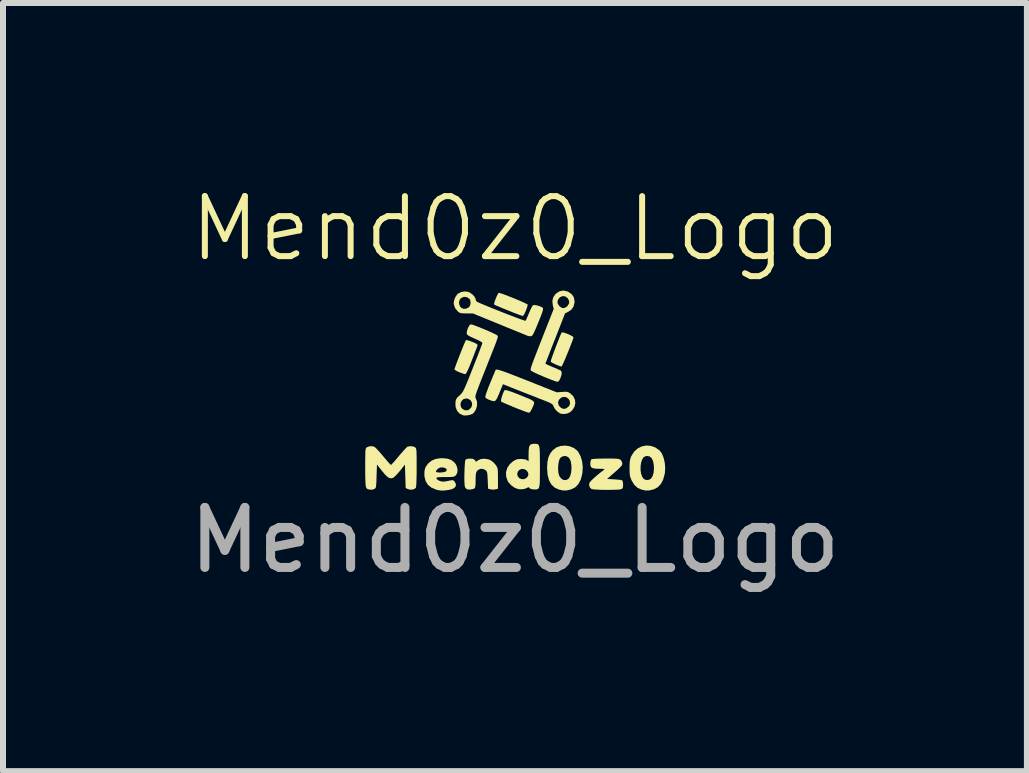
<source format=kicad_pcb>
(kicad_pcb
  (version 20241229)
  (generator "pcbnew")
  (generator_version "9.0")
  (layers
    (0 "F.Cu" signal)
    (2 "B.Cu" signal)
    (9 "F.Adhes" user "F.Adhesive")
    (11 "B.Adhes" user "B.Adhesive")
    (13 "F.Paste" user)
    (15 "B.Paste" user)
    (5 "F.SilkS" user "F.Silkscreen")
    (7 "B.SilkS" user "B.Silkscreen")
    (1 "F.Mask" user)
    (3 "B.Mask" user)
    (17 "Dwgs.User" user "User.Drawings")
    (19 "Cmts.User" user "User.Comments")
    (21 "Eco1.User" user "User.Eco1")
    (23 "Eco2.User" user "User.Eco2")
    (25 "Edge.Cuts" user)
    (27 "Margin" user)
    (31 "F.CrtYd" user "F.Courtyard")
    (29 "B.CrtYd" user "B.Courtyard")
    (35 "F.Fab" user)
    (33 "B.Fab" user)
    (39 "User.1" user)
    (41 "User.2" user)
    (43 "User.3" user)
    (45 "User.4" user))
  (footprint "Mend0z0_Logo"
    (layer "F.Cu")
    (at 5.53 3.45)
    (property "Reference" "Mend0z0_Logo" (at 0 -2.69 0) (unlocked yes) (layer "F.SilkS") (effects (font (size 1 1) (thickness 0.1))))
    (fp_poly (pts (xy -0.117 0.008) (xy -0.06 0.027) (xy 0.019 0.057) (xy 0.087 0.084) (xy 0.17 0.118) (xy 0.233 0.143) (xy 0.276 0.164) (xy 0.304 0.182) (xy 0.318 0.2) (xy 0.319 0.22) (xy 0.312 0.246) (xy 0.297 0.28) (xy 0.284 0.309) (xy 0.261 0.353) (xy 0.242 0.374) (xy 0.231 0.377) (xy 0.212 0.372) (xy 0.174 0.359) (xy 0.122 0.339) (xy 0.058 0.315) (xy -0.006 0.289) (xy -0.074 0.26) (xy -0.135 0.235) (xy -0.184 0.213) (xy -0.218 0.197) (xy -0.231 0.19) (xy -0.233 0.173) (xy -0.227 0.141) (xy -0.215 0.1) (xy -0.2 0.058) (xy -0.185 0.022) (xy -0.171 0.001) (xy -0.169 -0.001) (xy -0.153 -0.001)) (stroke (width 0) (type solid)) (fill yes) (layer "F.SilkS"))
    (fp_poly (pts (xy -0.254 -1.618) (xy -0.22 -1.607) (xy -0.171 -1.59) (xy -0.112 -1.567) (xy -0.048 -1.542) (xy 0.018 -1.515) (xy 0.08 -1.489) (xy 0.135 -1.465) (xy 0.178 -1.445) (xy 0.205 -1.43) (xy 0.212 -1.425) (xy 0.21 -1.407) (xy 0.2 -1.373) (xy 0.184 -1.329) (xy 0.182 -1.323) (xy 0.158 -1.27) (xy 0.139 -1.242) (xy 0.127 -1.236) (xy 0.11 -1.241) (xy 0.073 -1.254) (xy 0.021 -1.274) (xy -0.043 -1.298) (xy -0.113 -1.327) (xy -0.116 -1.328) (xy -0.186 -1.356) (xy -0.248 -1.382) (xy -0.298 -1.403) (xy -0.332 -1.419) (xy -0.347 -1.426) (xy -0.347 -1.426) (xy -0.347 -1.442) (xy -0.339 -1.473) (xy -0.325 -1.512) (xy -0.308 -1.554) (xy -0.291 -1.59) (xy -0.277 -1.615) (xy -0.27 -1.621)) (stroke (width 0) (type solid)) (fill yes) (layer "F.SilkS"))
    (fp_poly (pts (xy 0.828 -0.954) (xy 0.868 -0.94) (xy 0.909 -0.923) (xy 0.945 -0.904) (xy 0.969 -0.889) (xy 0.975 -0.88) (xy 0.97 -0.859) (xy 0.957 -0.82) (xy 0.937 -0.769) (xy 0.914 -0.709) (xy 0.888 -0.644) (xy 0.861 -0.579) (xy 0.836 -0.517) (xy 0.812 -0.464) (xy 0.793 -0.422) (xy 0.78 -0.397) (xy 0.776 -0.392) (xy 0.758 -0.397) (xy 0.724 -0.409) (xy 0.682 -0.426) (xy 0.681 -0.427) (xy 0.64 -0.446) (xy 0.609 -0.463) (xy 0.596 -0.475) (xy 0.595 -0.475) (xy 0.599 -0.49) (xy 0.609 -0.524) (xy 0.626 -0.573) (xy 0.648 -0.632) (xy 0.672 -0.697) (xy 0.697 -0.763) (xy 0.722 -0.826) (xy 0.744 -0.882) (xy 0.762 -0.926) (xy 0.775 -0.954) (xy 0.78 -0.961) (xy 0.796 -0.962)) (stroke (width 0) (type solid)) (fill yes) (layer "F.SilkS"))
    (fp_poly (pts (xy -0.799 -0.833) (xy -0.766 -0.823) (xy -0.722 -0.808) (xy -0.71 -0.803) (xy -0.663 -0.783) (xy -0.636 -0.769) (xy -0.625 -0.757) (xy -0.624 -0.743) (xy -0.625 -0.739) (xy -0.632 -0.719) (xy -0.647 -0.68) (xy -0.668 -0.626) (xy -0.693 -0.56) (xy -0.721 -0.489) (xy -0.721 -0.488) (xy -0.754 -0.405) (xy -0.781 -0.343) (xy -0.801 -0.301) (xy -0.816 -0.276) (xy -0.827 -0.266) (xy -0.83 -0.266) (xy -0.852 -0.271) (xy -0.888 -0.283) (xy -0.929 -0.299) (xy -0.969 -0.317) (xy -0.997 -0.334) (xy -1.008 -0.345) (xy -1.004 -0.363) (xy -0.991 -0.398) (xy -0.973 -0.448) (xy -0.95 -0.508) (xy -0.925 -0.573) (xy -0.899 -0.639) (xy -0.874 -0.702) (xy -0.851 -0.757) (xy -0.832 -0.8) (xy -0.82 -0.827) (xy -0.815 -0.833)) (stroke (width 0) (type solid)) (fill yes) (layer "F.SilkS"))
    (fp_poly (pts (xy 0.91 0.935) (xy 0.979 0.963) (xy 1.036 1.007) (xy 1.051 1.024) (xy 1.092 1.097) (xy 1.119 1.185) (xy 1.13 1.281) (xy 1.124 1.38) (xy 1.121 1.398) (xy 1.096 1.493) (xy 1.056 1.567) (xy 1.003 1.621) (xy 0.934 1.655) (xy 0.927 1.657) (xy 0.859 1.672) (xy 0.797 1.672) (xy 0.73 1.656) (xy 0.66 1.623) (xy 0.606 1.572) (xy 0.568 1.502) (xy 0.544 1.412) (xy 0.536 1.302) (xy 0.536 1.291) (xy 0.536 1.29) (xy 0.719 1.29) (xy 0.721 1.352) (xy 0.724 1.38) (xy 0.74 1.433) (xy 0.769 1.472) (xy 0.805 1.496) (xy 0.845 1.5) (xy 0.883 1.484) (xy 0.894 1.475) (xy 0.919 1.435) (xy 0.935 1.379) (xy 0.942 1.314) (xy 0.94 1.247) (xy 0.929 1.185) (xy 0.915 1.149) (xy 0.885 1.114) (xy 0.844 1.098) (xy 0.802 1.101) (xy 0.763 1.122) (xy 0.749 1.14) (xy 0.734 1.176) (xy 0.724 1.229) (xy 0.719 1.29) (xy 0.536 1.29) (xy 0.541 1.198) (xy 0.557 1.123) (xy 0.585 1.06) (xy 0.628 1.004) (xy 0.634 0.998) (xy 0.691 0.955) (xy 0.76 0.931) (xy 0.835 0.924)) (stroke (width 0) (type solid)) (fill yes) (layer "F.SilkS"))
    (fp_poly (pts (xy 2.264 0.929) (xy 2.34 0.956) (xy 2.409 1.005) (xy 2.41 1.005) (xy 2.447 1.055) (xy 2.475 1.122) (xy 2.495 1.202) (xy 2.503 1.287) (xy 2.499 1.373) (xy 2.495 1.398) (xy 2.469 1.493) (xy 2.429 1.567) (xy 2.376 1.621) (xy 2.308 1.655) (xy 2.301 1.657) (xy 2.232 1.672) (xy 2.171 1.672) (xy 2.104 1.656) (xy 2.041 1.627) (xy 1.99 1.58) (xy 1.948 1.513) (xy 1.942 1.5) (xy 1.927 1.464) (xy 1.917 1.431) (xy 1.912 1.392) (xy 1.91 1.341) (xy 1.909 1.298) (xy 1.91 1.272) (xy 2.093 1.272) (xy 2.093 1.334) (xy 2.102 1.393) (xy 2.12 1.443) (xy 2.146 1.48) (xy 2.151 1.484) (xy 2.189 1.498) (xy 2.231 1.495) (xy 2.267 1.475) (xy 2.267 1.475) (xy 2.293 1.434) (xy 2.31 1.376) (xy 2.316 1.306) (xy 2.315 1.266) (xy 2.303 1.19) (xy 2.279 1.136) (xy 2.245 1.105) (xy 2.199 1.097) (xy 2.173 1.102) (xy 2.141 1.121) (xy 2.118 1.16) (xy 2.101 1.212) (xy 2.093 1.272) (xy 1.91 1.272) (xy 1.91 1.233) (xy 1.914 1.186) (xy 1.921 1.149) (xy 1.932 1.114) (xy 1.939 1.099) (xy 1.984 1.027) (xy 2.043 0.973) (xy 2.112 0.938) (xy 2.187 0.923)) (stroke (width 0) (type solid)) (fill yes) (layer "F.SilkS"))
    (fp_poly (pts (xy -0.707 1.144) (xy -0.681 1.155) (xy -0.669 1.167) (xy -0.647 1.194) (xy -0.612 1.168) (xy -0.566 1.148) (xy -0.508 1.143) (xy -0.448 1.152) (xy -0.407 1.168) (xy -0.37 1.194) (xy -0.334 1.23) (xy -0.321 1.246) (xy -0.306 1.268) (xy -0.296 1.288) (xy -0.289 1.31) (xy -0.285 1.341) (xy -0.284 1.384) (xy -0.283 1.446) (xy -0.283 1.471) (xy -0.283 1.643) (xy -0.324 1.653) (xy -0.367 1.658) (xy -0.406 1.653) (xy -0.447 1.643) (xy -0.454 1.501) (xy -0.457 1.438) (xy -0.46 1.396) (xy -0.466 1.368) (xy -0.474 1.351) (xy -0.486 1.338) (xy -0.49 1.334) (xy -0.532 1.313) (xy -0.577 1.312) (xy -0.617 1.331) (xy -0.629 1.344) (xy -0.641 1.363) (xy -0.649 1.386) (xy -0.653 1.42) (xy -0.655 1.471) (xy -0.655 1.499) (xy -0.656 1.565) (xy -0.661 1.608) (xy -0.668 1.632) (xy -0.672 1.636) (xy -0.703 1.65) (xy -0.746 1.657) (xy -0.789 1.655) (xy -0.791 1.655) (xy -0.818 1.638) (xy -0.833 1.615) (xy -0.838 1.589) (xy -0.841 1.545) (xy -0.843 1.488) (xy -0.843 1.423) (xy -0.841 1.356) (xy -0.839 1.291) (xy -0.835 1.233) (xy -0.831 1.189) (xy -0.825 1.162) (xy -0.823 1.158) (xy -0.802 1.148) (xy -0.766 1.142) (xy -0.749 1.141)) (stroke (width 0) (type solid)) (fill yes) (layer "F.SilkS"))
    (fp_poly (pts (xy 1.593 1.14) (xy 1.653 1.141) (xy 1.695 1.143) (xy 1.724 1.147) (xy 1.743 1.152) (xy 1.757 1.159) (xy 1.763 1.164) (xy 1.783 1.196) (xy 1.789 1.224) (xy 1.786 1.241) (xy 1.775 1.261) (xy 1.752 1.287) (xy 1.716 1.322) (xy 1.663 1.369) (xy 1.662 1.37) (xy 1.535 1.48) (xy 1.652 1.487) (xy 1.706 1.491) (xy 1.75 1.495) (xy 1.779 1.501) (xy 1.786 1.503) (xy 1.796 1.522) (xy 1.801 1.557) (xy 1.802 1.576) (xy 1.8 1.614) (xy 1.793 1.636) (xy 1.778 1.647) (xy 1.769 1.651) (xy 1.744 1.656) (xy 1.699 1.659) (xy 1.64 1.661) (xy 1.572 1.662) (xy 1.501 1.662) (xy 1.431 1.661) (xy 1.368 1.658) (xy 1.317 1.655) (xy 1.284 1.65) (xy 1.275 1.648) (xy 1.248 1.621) (xy 1.236 1.582) (xy 1.24 1.547) (xy 1.253 1.527) (xy 1.283 1.496) (xy 1.327 1.455) (xy 1.382 1.408) (xy 1.444 1.358) (xy 1.482 1.329) (xy 1.491 1.32) (xy 1.487 1.315) (xy 1.467 1.312) (xy 1.427 1.311) (xy 1.404 1.311) (xy 1.339 1.308) (xy 1.296 1.3) (xy 1.27 1.285) (xy 1.258 1.259) (xy 1.255 1.222) (xy 1.26 1.186) (xy 1.268 1.159) (xy 1.272 1.155) (xy 1.289 1.149) (xy 1.326 1.145) (xy 1.386 1.142) (xy 1.47 1.14) (xy 1.511 1.14)) (stroke (width 0) (type solid)) (fill yes) (layer "F.SilkS"))
    (fp_poly (pts (xy -1.126 1.142) (xy -1.061 1.164) (xy -1.01 1.204) (xy -0.986 1.234) (xy -0.964 1.283) (xy -0.956 1.336) (xy -0.964 1.385) (xy -0.987 1.422) (xy -1.001 1.433) (xy -1.019 1.441) (xy -1.045 1.446) (xy -1.084 1.448) (xy -1.142 1.449) (xy -1.163 1.449) (xy -1.227 1.449) (xy -1.271 1.451) (xy -1.296 1.455) (xy -1.308 1.461) (xy -1.31 1.467) (xy -1.299 1.487) (xy -1.271 1.506) (xy -1.234 1.52) (xy -1.199 1.525) (xy -1.164 1.522) (xy -1.119 1.514) (xy -1.095 1.509) (xy -1.057 1.501) (xy -1.034 1.501) (xy -1.019 1.51) (xy -1.006 1.523) (xy -0.984 1.564) (xy -0.986 1.6) (xy -1.01 1.63) (xy -1.058 1.653) (xy -1.104 1.663) (xy -1.171 1.672) (xy -1.225 1.674) (xy -1.276 1.667) (xy -1.312 1.658) (xy -1.391 1.626) (xy -1.45 1.578) (xy -1.489 1.515) (xy -1.508 1.436) (xy -1.509 1.424) (xy -1.508 1.358) (xy -1.317 1.358) (xy -1.317 1.361) (xy -1.299 1.369) (xy -1.265 1.373) (xy -1.224 1.372) (xy -1.185 1.367) (xy -1.156 1.358) (xy -1.152 1.355) (xy -1.136 1.333) (xy -1.142 1.312) (xy -1.167 1.296) (xy -1.205 1.288) (xy -1.246 1.29) (xy -1.278 1.306) (xy -1.29 1.316) (xy -1.31 1.34) (xy -1.317 1.358) (xy -1.508 1.358) (xy -1.508 1.347) (xy -1.49 1.284) (xy -1.453 1.231) (xy -1.445 1.222) (xy -1.391 1.177) (xy -1.328 1.149) (xy -1.253 1.136) (xy -1.21 1.134)) (stroke (width 0) (type solid)) (fill yes) (layer "F.SilkS"))
    (fp_poly (pts (xy 0.348 0.895) (xy 0.369 0.897) (xy 0.385 0.905) (xy 0.397 0.919) (xy 0.406 0.944) (xy 0.411 0.982) (xy 0.414 1.035) (xy 0.415 1.107) (xy 0.416 1.199) (xy 0.416 1.278) (xy 0.416 1.385) (xy 0.415 1.47) (xy 0.414 1.535) (xy 0.41 1.582) (xy 0.404 1.615) (xy 0.395 1.636) (xy 0.381 1.648) (xy 0.364 1.653) (xy 0.341 1.655) (xy 0.319 1.655) (xy 0.275 1.65) (xy 0.248 1.637) (xy 0.244 1.632) (xy 0.228 1.617) (xy 0.211 1.623) (xy 0.209 1.625) (xy 0.171 1.643) (xy 0.12 1.652) (xy 0.065 1.651) (xy 0.059 1.65) (xy -0.001 1.629) (xy -0.059 1.589) (xy -0.107 1.538) (xy -0.122 1.513) (xy -0.147 1.44) (xy -0.148 1.399) (xy 0.038 1.399) (xy 0.048 1.44) (xy 0.076 1.469) (xy 0.114 1.484) (xy 0.156 1.483) (xy 0.195 1.462) (xy 0.198 1.459) (xy 0.222 1.422) (xy 0.222 1.383) (xy 0.198 1.343) (xy 0.196 1.341) (xy 0.158 1.317) (xy 0.116 1.313) (xy 0.078 1.326) (xy 0.05 1.354) (xy 0.038 1.395) (xy 0.038 1.399) (xy -0.148 1.399) (xy -0.149 1.367) (xy -0.128 1.296) (xy -0.085 1.233) (xy -0.033 1.187) (xy 0.01 1.162) (xy 0.048 1.15) (xy 0.094 1.147) (xy 0.099 1.147) (xy 0.154 1.151) (xy 0.193 1.162) (xy 0.199 1.166) (xy 0.227 1.186) (xy 0.227 1.068) (xy 0.229 0.998) (xy 0.235 0.949) (xy 0.249 0.918) (xy 0.271 0.901) (xy 0.305 0.895) (xy 0.321 0.895)) (stroke (width 0) (type solid)) (fill yes) (layer "F.SilkS"))
    (fp_poly (pts (xy 0.869 -1.646) (xy 0.891 -1.636) (xy 0.947 -1.597) (xy 0.981 -1.547) (xy 0.993 -1.484) (xy 0.992 -1.457) (xy 0.976 -1.392) (xy 0.942 -1.342) (xy 0.887 -1.304) (xy 0.886 -1.304) (xy 0.835 -1.279) (xy 0.673 -0.865) (xy 0.635 -0.769) (xy 0.6 -0.68) (xy 0.569 -0.601) (xy 0.544 -0.535) (xy 0.524 -0.485) (xy 0.511 -0.453) (xy 0.507 -0.443) (xy 0.517 -0.435) (xy 0.545 -0.421) (xy 0.588 -0.402) (xy 0.627 -0.385) (xy 0.68 -0.364) (xy 0.724 -0.344) (xy 0.755 -0.33) (xy 0.765 -0.324) (xy 0.779 -0.298) (xy 0.776 -0.254) (xy 0.756 -0.196) (xy 0.738 -0.16) (xy 0.721 -0.143) (xy 0.703 -0.14) (xy 0.682 -0.145) (xy 0.643 -0.159) (xy 0.589 -0.179) (xy 0.526 -0.204) (xy 0.475 -0.225) (xy 0.408 -0.254) (xy 0.35 -0.28) (xy 0.304 -0.303) (xy 0.274 -0.32) (xy 0.265 -0.328) (xy 0.262 -0.334) (xy 0.261 -0.343) (xy 0.263 -0.357) (xy 0.268 -0.376) (xy 0.277 -0.405) (xy 0.29 -0.443) (xy 0.309 -0.494) (xy 0.334 -0.559) (xy 0.366 -0.641) (xy 0.405 -0.742) (xy 0.453 -0.863) (xy 0.472 -0.913) (xy 0.646 -1.353) (xy 0.631 -1.412) (xy 0.627 -1.448) (xy 0.71 -1.448) (xy 0.735 -1.405) (xy 0.744 -1.396) (xy 0.783 -1.369) (xy 0.823 -1.367) (xy 0.863 -1.39) (xy 0.879 -1.406) (xy 0.903 -1.448) (xy 0.902 -1.49) (xy 0.878 -1.532) (xy 0.839 -1.561) (xy 0.796 -1.567) (xy 0.754 -1.55) (xy 0.735 -1.532) (xy 0.71 -1.489) (xy 0.71 -1.448) (xy 0.627 -1.448) (xy 0.623 -1.484) (xy 0.639 -1.548) (xy 0.677 -1.602) (xy 0.686 -1.61) (xy 0.744 -1.647) (xy 0.805 -1.659)) (stroke (width 0) (type solid)) (fill yes) (layer "F.SilkS"))
    (fp_poly (pts (xy -0.295 -0.342) (xy -0.269 -0.336) (xy -0.231 -0.325) (xy -0.18 -0.307) (xy -0.113 -0.283) (xy -0.028 -0.25) (xy 0.075 -0.21) (xy 0.2 -0.161) (xy 0.22 -0.153) (xy 0.697 0.037) (xy 0.787 0.03) (xy 0.836 0.027) (xy 0.869 0.029) (xy 0.894 0.037) (xy 0.92 0.053) (xy 0.97 0.1) (xy 0.998 0.156) (xy 1.006 0.216) (xy 0.992 0.277) (xy 0.957 0.333) (xy 0.919 0.368) (xy 0.874 0.389) (xy 0.821 0.398) (xy 0.77 0.394) (xy 0.756 0.39) (xy 0.708 0.359) (xy 0.667 0.315) (xy 0.642 0.269) (xy 0.635 0.252) (xy 0.624 0.238) (xy 0.605 0.224) (xy 0.583 0.213) (xy 0.719 0.213) (xy 0.731 0.258) (xy 0.766 0.294) (xy 0.775 0.3) (xy 0.811 0.313) (xy 0.846 0.307) (xy 0.861 0.3) (xy 0.901 0.267) (xy 0.918 0.226) (xy 0.913 0.18) (xy 0.894 0.147) (xy 0.859 0.12) (xy 0.818 0.112) (xy 0.778 0.122) (xy 0.744 0.147) (xy 0.723 0.184) (xy 0.719 0.213) (xy 0.583 0.213) (xy 0.574 0.208) (xy 0.527 0.188) (xy 0.469 0.165) (xy 0.405 0.141) (xy 0.326 0.109) (xy 0.236 0.074) (xy 0.144 0.038) (xy 0.056 0.003) (xy 0.054 0.003) (xy -0.2 -0.098) (xy -0.252 0.03) (xy -0.28 0.096) (xy -0.301 0.141) (xy -0.319 0.169) (xy -0.337 0.182) (xy -0.359 0.184) (xy -0.388 0.177) (xy -0.41 0.169) (xy -0.45 0.153) (xy -0.481 0.135) (xy -0.492 0.124) (xy -0.493 0.108) (xy -0.486 0.075) (xy -0.469 0.026) (xy -0.443 -0.044) (xy -0.414 -0.115) (xy -0.386 -0.184) (xy -0.361 -0.245) (xy -0.34 -0.293) (xy -0.327 -0.326) (xy -0.32 -0.339) (xy -0.32 -0.339) (xy -0.312 -0.342)) (stroke (width 0) (type solid)) (fill yes) (layer "F.SilkS"))
    (fp_poly (pts (xy -1.699 0.938) (xy -1.666 0.952) (xy -1.657 0.959) (xy -1.651 0.967) (xy -1.646 0.981) (xy -1.642 1.002) (xy -1.64 1.035) (xy -1.639 1.081) (xy -1.638 1.145) (xy -1.638 1.23) (xy -1.638 1.287) (xy -1.638 1.386) (xy -1.64 1.471) (xy -1.642 1.541) (xy -1.645 1.591) (xy -1.649 1.621) (xy -1.651 1.626) (xy -1.675 1.647) (xy -1.713 1.658) (xy -1.756 1.657) (xy -1.785 1.648) (xy -1.821 1.631) (xy -1.827 1.436) (xy -1.833 1.241) (xy -1.915 1.344) (xy -1.953 1.389) (xy -1.989 1.427) (xy -2.019 1.454) (xy -2.032 1.462) (xy -2.063 1.47) (xy -2.094 1.464) (xy -2.128 1.442) (xy -2.168 1.403) (xy -2.217 1.344) (xy -2.299 1.241) (xy -2.306 1.436) (xy -2.308 1.51) (xy -2.311 1.563) (xy -2.314 1.598) (xy -2.318 1.621) (xy -2.325 1.634) (xy -2.334 1.642) (xy -2.343 1.647) (xy -2.377 1.659) (xy -2.411 1.659) (xy -2.438 1.654) (xy -2.455 1.649) (xy -2.468 1.641) (xy -2.478 1.626) (xy -2.485 1.603) (xy -2.489 1.567) (xy -2.492 1.517) (xy -2.494 1.449) (xy -2.495 1.361) (xy -2.495 1.29) (xy -2.495 1.192) (xy -2.494 1.117) (xy -2.493 1.06) (xy -2.492 1.02) (xy -2.489 0.992) (xy -2.485 0.974) (xy -2.479 0.963) (xy -2.472 0.956) (xy -2.467 0.952) (xy -2.422 0.935) (xy -2.37 0.936) (xy -2.341 0.946) (xy -2.323 0.96) (xy -2.293 0.991) (xy -2.254 1.033) (xy -2.211 1.083) (xy -2.194 1.104) (xy -2.151 1.154) (xy -2.115 1.197) (xy -2.086 1.228) (xy -2.069 1.245) (xy -2.066 1.247) (xy -2.056 1.238) (xy -2.032 1.213) (xy -1.998 1.175) (xy -1.958 1.127) (xy -1.934 1.099) (xy -1.89 1.047) (xy -1.85 1.002) (xy -1.818 0.967) (xy -1.796 0.946) (xy -1.791 0.943) (xy -1.746 0.934)) (stroke (width 0) (type solid)) (fill yes) (layer "F.SilkS"))
    (fp_poly (pts (xy -0.782 -1.638) (xy -0.744 -1.62) (xy -0.705 -1.591) (xy -0.674 -1.557) (xy -0.657 -1.524) (xy -0.655 -1.513) (xy -0.647 -1.486) (xy -0.639 -1.477) (xy -0.622 -1.467) (xy -0.585 -1.45) (xy -0.532 -1.428) (xy -0.466 -1.4) (xy -0.391 -1.369) (xy -0.309 -1.337) (xy -0.225 -1.303) (xy -0.141 -1.27) (xy -0.06 -1.239) (xy 0.014 -1.211) (xy 0.078 -1.187) (xy 0.128 -1.169) (xy 0.162 -1.158) (xy 0.176 -1.155) (xy 0.176 -1.155) (xy 0.185 -1.171) (xy 0.2 -1.204) (xy 0.22 -1.249) (xy 0.233 -1.282) (xy 0.255 -1.333) (xy 0.276 -1.376) (xy 0.292 -1.405) (xy 0.299 -1.413) (xy 0.321 -1.418) (xy 0.356 -1.414) (xy 0.398 -1.403) (xy 0.436 -1.388) (xy 0.463 -1.371) (xy 0.466 -1.368) (xy 0.469 -1.357) (xy 0.466 -1.336) (xy 0.457 -1.303) (xy 0.44 -1.255) (xy 0.414 -1.189) (xy 0.388 -1.125) (xy 0.356 -1.047) (xy 0.331 -0.989) (xy 0.312 -0.949) (xy 0.297 -0.922) (xy 0.285 -0.907) (xy 0.274 -0.9) (xy 0.265 -0.898) (xy 0.232 -0.899) (xy 0.214 -0.903) (xy 0.199 -0.91) (xy 0.162 -0.925) (xy 0.108 -0.947) (xy 0.039 -0.975) (xy -0.044 -1.009) (xy -0.136 -1.046) (xy -0.235 -1.087) (xy -0.252 -1.094) (xy -0.699 -1.277) (xy -0.808 -1.278) (xy -0.863 -1.279) (xy -0.899 -1.282) (xy -0.923 -1.29) (xy -0.942 -1.302) (xy -0.951 -1.31) (xy -0.997 -1.366) (xy -1.018 -1.428) (xy -1.02 -1.455) (xy -0.932 -1.455) (xy -0.922 -1.407) (xy -0.896 -1.372) (xy -0.858 -1.355) (xy -0.815 -1.356) (xy -0.772 -1.378) (xy -0.763 -1.386) (xy -0.744 -1.42) (xy -0.739 -1.463) (xy -0.747 -1.504) (xy -0.756 -1.518) (xy -0.795 -1.547) (xy -0.843 -1.554) (xy -0.869 -1.548) (xy -0.909 -1.524) (xy -0.929 -1.485) (xy -0.932 -1.455) (xy -1.02 -1.455) (xy -1.02 -1.458) (xy -1.011 -1.507) (xy -0.988 -1.559) (xy -0.956 -1.601) (xy -0.946 -1.609) (xy -0.898 -1.633) (xy -0.839 -1.644)) (stroke (width 0) (type solid)) (fill yes) (layer "F.SilkS"))
    (fp_poly (pts (xy -0.712 -1.091) (xy -0.673 -1.078) (xy -0.622 -1.058) (xy -0.561 -1.034) (xy -0.498 -1.008) (xy -0.436 -0.981) (xy -0.379 -0.956) (xy -0.334 -0.934) (xy -0.303 -0.918) (xy -0.294 -0.911) (xy -0.29 -0.906) (xy -0.287 -0.901) (xy -0.285 -0.894) (xy -0.286 -0.883) (xy -0.291 -0.865) (xy -0.299 -0.84) (xy -0.312 -0.804) (xy -0.33 -0.755) (xy -0.355 -0.692) (xy -0.386 -0.613) (xy -0.425 -0.515) (xy -0.472 -0.396) (xy -0.491 -0.348) (xy -0.537 -0.233) (xy -0.574 -0.139) (xy -0.603 -0.064) (xy -0.625 -0.006) (xy -0.641 0.039) (xy -0.652 0.072) (xy -0.657 0.095) (xy -0.659 0.112) (xy -0.658 0.124) (xy -0.654 0.133) (xy -0.651 0.139) (xy -0.632 0.193) (xy -0.631 0.255) (xy -0.647 0.315) (xy -0.677 0.367) (xy -0.708 0.396) (xy -0.746 0.411) (xy -0.796 0.421) (xy -0.843 0.423) (xy -0.863 0.42) (xy -0.922 0.392) (xy -0.964 0.346) (xy -0.988 0.286) (xy -0.99 0.256) (xy -0.907 0.256) (xy -0.892 0.295) (xy -0.874 0.314) (xy -0.83 0.337) (xy -0.786 0.335) (xy -0.758 0.32) (xy -0.726 0.285) (xy -0.713 0.244) (xy -0.719 0.203) (xy -0.741 0.168) (xy -0.778 0.145) (xy -0.812 0.139) (xy -0.855 0.149) (xy -0.886 0.176) (xy -0.905 0.214) (xy -0.907 0.256) (xy -0.99 0.256) (xy -0.992 0.216) (xy -0.988 0.176) (xy -0.978 0.149) (xy -0.96 0.123) (xy -0.926 0.091) (xy -0.923 0.089) (xy -0.906 0.073) (xy -0.891 0.057) (xy -0.877 0.039) (xy -0.863 0.016) (xy -0.847 -0.015) (xy -0.828 -0.057) (xy -0.805 -0.111) (xy -0.776 -0.181) (xy -0.741 -0.27) (xy -0.701 -0.37) (xy -0.664 -0.465) (xy -0.629 -0.553) (xy -0.599 -0.631) (xy -0.574 -0.697) (xy -0.556 -0.746) (xy -0.545 -0.778) (xy -0.542 -0.787) (xy -0.553 -0.798) (xy -0.582 -0.816) (xy -0.626 -0.838) (xy -0.671 -0.858) (xy -0.728 -0.884) (xy -0.766 -0.903) (xy -0.789 -0.918) (xy -0.8 -0.932) (xy -0.804 -0.946) (xy -0.801 -0.98) (xy -0.789 -1.02) (xy -0.772 -1.058) (xy -0.752 -1.086) (xy -0.733 -1.096)) (stroke (width 0) (type solid)) (fill yes) (layer "F.SilkS"))
    (fp_text user "${REFERENCE}" (at 0 2.5 0) (unlocked yes) (layer "F.Fab") (effects (font (size 1 1) (thickness 0.15)))))
  (gr_rect
    (start -3 -3)
    (end 14.06 9.799)
    (stroke (width 0.1) (type default))
    (fill no)
    (layer "Edge.Cuts")))
</source>
